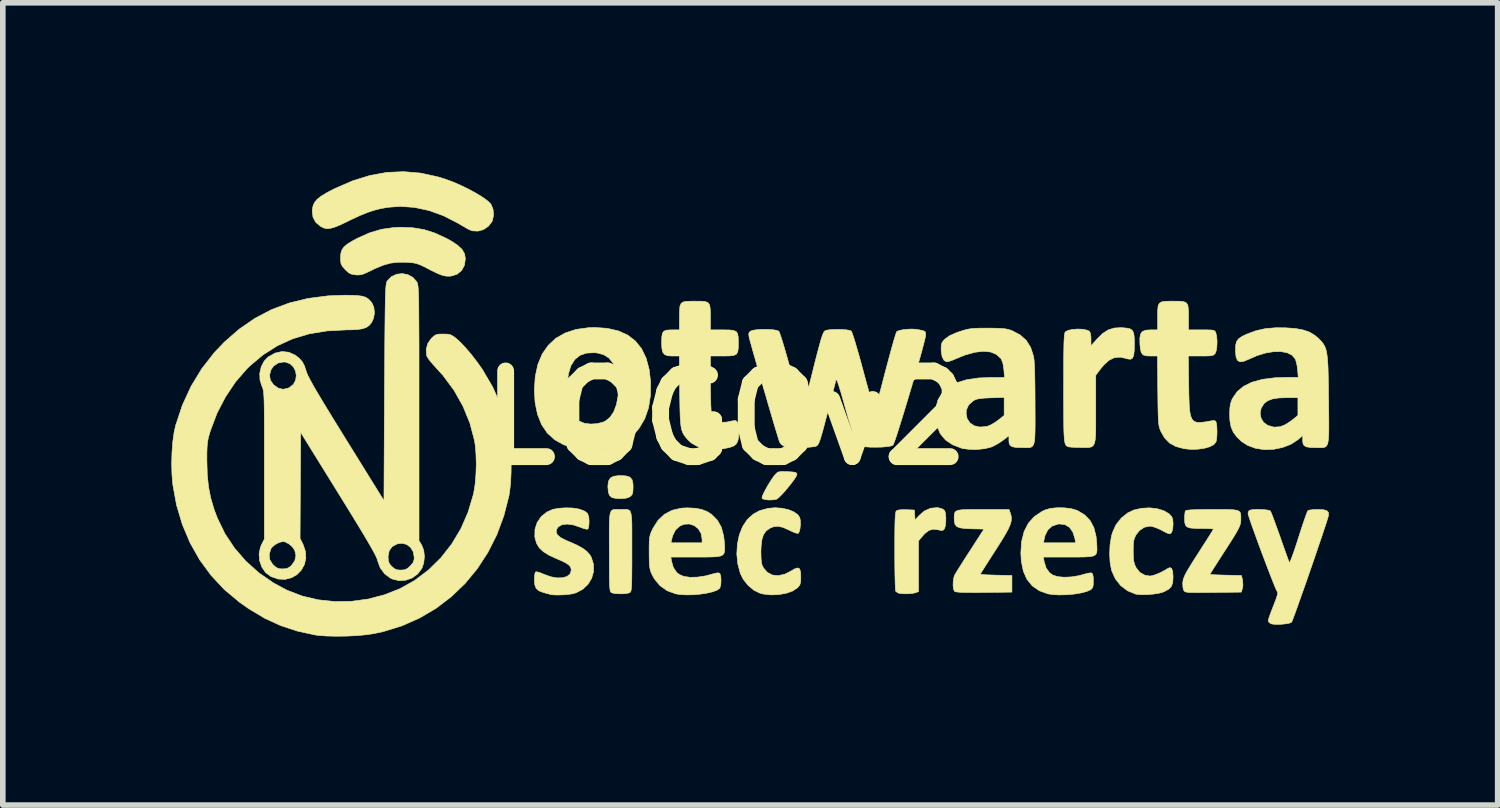
<source format=kicad_pcb>
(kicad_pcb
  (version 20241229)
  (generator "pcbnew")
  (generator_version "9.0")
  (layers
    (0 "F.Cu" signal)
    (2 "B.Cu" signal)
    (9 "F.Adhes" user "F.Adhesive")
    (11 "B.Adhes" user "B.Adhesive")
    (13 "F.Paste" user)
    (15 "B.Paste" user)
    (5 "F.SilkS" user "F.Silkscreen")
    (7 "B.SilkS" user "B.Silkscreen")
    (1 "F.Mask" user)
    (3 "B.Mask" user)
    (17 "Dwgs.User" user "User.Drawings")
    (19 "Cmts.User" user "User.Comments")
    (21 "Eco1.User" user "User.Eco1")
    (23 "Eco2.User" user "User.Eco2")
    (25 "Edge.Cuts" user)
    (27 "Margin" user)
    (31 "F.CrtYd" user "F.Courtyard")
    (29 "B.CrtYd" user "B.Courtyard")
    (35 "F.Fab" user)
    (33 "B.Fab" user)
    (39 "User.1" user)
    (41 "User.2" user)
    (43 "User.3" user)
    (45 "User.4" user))
  (footprint "LOGOv2"
    (layer "F.Cu")
    (at 9.868 4.387)
    (property "Reference" "LOGOv2" (at 0 0 0) (layer "F.SilkS") (effects (font (size 1.524 1.524) (thickness 0.3))))
    (attr through_hole)
    (fp_poly (pts (xy -1.774 1.033) (xy -1.707 1.055) (xy -1.669 1.1) (xy -1.653 1.172) (xy -1.651 1.226) (xy -1.654 1.307) (xy -1.666 1.358) (xy -1.69 1.39) (xy -1.729 1.415) (xy -1.785 1.431) (xy -1.863 1.437) (xy -1.946 1.434) (xy -2.014 1.422) (xy -2.025 1.418) (xy -2.067 1.385) (xy -2.091 1.324) (xy -2.099 1.23) (xy -2.099 1.209) (xy -2.088 1.125) (xy -2.055 1.07) (xy -1.996 1.039) (xy -1.903 1.027) (xy -1.875 1.027) (xy -1.774 1.033)) (stroke (width 0.01) (type solid)) (fill yes) (layer "F.SilkS"))
    (fp_poly (pts (xy 1.059 0.956) (xy 1.095 0.957) (xy 1.18 0.962) (xy 1.231 0.969) (xy 1.257 0.982) (xy 1.266 1.001) (xy 1.256 1.032) (xy 1.223 1.086) (xy 1.173 1.154) (xy 1.113 1.23) (xy 1.05 1.305) (xy 0.99 1.371) (xy 0.938 1.421) (xy 0.903 1.447) (xy 0.9 1.448) (xy 0.833 1.459) (xy 0.761 1.461) (xy 0.696 1.454) (xy 0.652 1.439) (xy 0.643 1.428) (xy 0.648 1.398) (xy 0.672 1.341) (xy 0.71 1.268) (xy 0.756 1.188) (xy 0.805 1.109) (xy 0.852 1.041) (xy 0.884 1.003) (xy 0.911 0.976) (xy 0.942 0.961) (xy 0.987 0.955) (xy 1.059 0.956)) (stroke (width 0.01) (type solid)) (fill yes) (layer "F.SilkS"))
    (fp_poly (pts (xy -1.743 1.633) (xy -1.717 1.646) (xy -1.698 1.672) (xy -1.686 1.715) (xy -1.678 1.779) (xy -1.673 1.868) (xy -1.672 1.986) (xy -1.672 2.137) (xy -1.672 2.326) (xy -1.672 2.372) (xy -1.672 2.565) (xy -1.673 2.721) (xy -1.674 2.842) (xy -1.676 2.934) (xy -1.679 3.001) (xy -1.683 3.048) (xy -1.689 3.078) (xy -1.696 3.096) (xy -1.706 3.106) (xy -1.713 3.111) (xy -1.762 3.124) (xy -1.836 3.131) (xy -1.917 3.13) (xy -1.99 3.124) (xy -2.037 3.11) (xy -2.037 3.11) (xy -2.047 3.101) (xy -2.055 3.086) (xy -2.062 3.059) (xy -2.066 3.017) (xy -2.07 2.954) (xy -2.072 2.868) (xy -2.073 2.753) (xy -2.074 2.606) (xy -2.074 2.421) (xy -2.074 2.372) (xy -2.075 2.174) (xy -2.075 2.015) (xy -2.074 1.89) (xy -2.07 1.795) (xy -2.063 1.726) (xy -2.051 1.679) (xy -2.034 1.65) (xy -2.01 1.635) (xy -1.978 1.629) (xy -1.937 1.629) (xy -1.886 1.63) (xy -1.873 1.63) (xy -1.82 1.629) (xy -1.777 1.628) (xy -1.743 1.633)) (stroke (width 0.01) (type solid)) (fill yes) (layer "F.SilkS"))
    (fp_poly (pts (xy -5.566 -3.383) (xy -5.369 -3.35) (xy -5.178 -3.289) (xy -4.98 -3.198) (xy -4.89 -3.149) (xy -4.773 -3.072) (xy -4.694 -2.997) (xy -4.649 -2.918) (xy -4.636 -2.831) (xy -4.653 -2.715) (xy -4.704 -2.622) (xy -4.783 -2.557) (xy -4.887 -2.524) (xy -4.945 -2.521) (xy -5.001 -2.526) (xy -5.063 -2.543) (xy -5.138 -2.574) (xy -5.238 -2.622) (xy -5.274 -2.641) (xy -5.372 -2.692) (xy -5.446 -2.726) (xy -5.506 -2.747) (xy -5.565 -2.759) (xy -5.635 -2.766) (xy -5.684 -2.769) (xy -5.835 -2.77) (xy -5.969 -2.754) (xy -6.1 -2.717) (xy -6.244 -2.657) (xy -6.297 -2.631) (xy -6.389 -2.587) (xy -6.455 -2.559) (xy -6.508 -2.546) (xy -6.557 -2.543) (xy -6.592 -2.546) (xy -6.661 -2.557) (xy -6.712 -2.582) (xy -6.765 -2.629) (xy -6.777 -2.642) (xy -6.825 -2.698) (xy -6.849 -2.745) (xy -6.857 -2.803) (xy -6.858 -2.841) (xy -6.853 -2.922) (xy -6.835 -2.986) (xy -6.797 -3.042) (xy -6.734 -3.095) (xy -6.642 -3.151) (xy -6.557 -3.197) (xy -6.341 -3.293) (xy -6.13 -3.356) (xy -5.913 -3.387) (xy -5.779 -3.393) (xy -5.566 -3.383)) (stroke (width 0.01) (type solid)) (fill yes) (layer "F.SilkS"))
    (fp_poly (pts (xy 3.779 1.599) (xy 3.852 1.619) (xy 3.894 1.649) (xy 3.895 1.652) (xy 3.909 1.702) (xy 3.915 1.775) (xy 3.914 1.856) (xy 3.905 1.927) (xy 3.89 1.975) (xy 3.888 1.977) (xy 3.865 2) (xy 3.833 2.004) (xy 3.778 1.992) (xy 3.772 1.991) (xy 3.688 1.981) (xy 3.614 2.003) (xy 3.54 2.059) (xy 3.494 2.11) (xy 3.429 2.19) (xy 3.429 3.091) (xy 3.375 3.112) (xy 3.319 3.124) (xy 3.241 3.13) (xy 3.16 3.13) (xy 3.092 3.123) (xy 3.069 3.117) (xy 3.031 3.093) (xy 3.022 3.082) (xy 3.018 3.056) (xy 3.015 2.992) (xy 3.012 2.897) (xy 3.009 2.775) (xy 3.007 2.632) (xy 3.006 2.472) (xy 3.006 2.368) (xy 3.006 2.173) (xy 3.007 2.016) (xy 3.009 1.894) (xy 3.012 1.801) (xy 3.016 1.735) (xy 3.021 1.691) (xy 3.028 1.665) (xy 3.036 1.653) (xy 3.075 1.639) (xy 3.148 1.633) (xy 3.21 1.634) (xy 3.355 1.64) (xy 3.361 1.73) (xy 3.368 1.819) (xy 3.435 1.742) (xy 3.533 1.657) (xy 3.643 1.608) (xy 3.758 1.597) (xy 3.779 1.599)) (stroke (width 0.01) (type solid)) (fill yes) (layer "F.SilkS"))
    (fp_poly (pts (xy -5.429 -4.356) (xy -5.123 -4.289) (xy -5.002 -4.252) (xy -4.868 -4.203) (xy -4.728 -4.143) (xy -4.589 -4.076) (xy -4.459 -4.006) (xy -4.345 -3.937) (xy -4.254 -3.873) (xy -4.193 -3.818) (xy -4.179 -3.8) (xy -4.143 -3.711) (xy -4.134 -3.608) (xy -4.155 -3.511) (xy -4.163 -3.493) (xy -4.227 -3.41) (xy -4.313 -3.352) (xy -4.411 -3.324) (xy -4.511 -3.329) (xy -4.572 -3.352) (xy -4.616 -3.377) (xy -4.682 -3.415) (xy -4.759 -3.46) (xy -4.771 -3.467) (xy -5.024 -3.597) (xy -5.282 -3.69) (xy -5.542 -3.746) (xy -5.798 -3.764) (xy -6.008 -3.748) (xy -6.137 -3.726) (xy -6.257 -3.696) (xy -6.38 -3.655) (xy -6.515 -3.6) (xy -6.672 -3.527) (xy -6.722 -3.502) (xy -6.853 -3.439) (xy -6.955 -3.397) (xy -7.034 -3.374) (xy -7.098 -3.368) (xy -7.154 -3.379) (xy -7.207 -3.405) (xy -7.213 -3.408) (xy -7.299 -3.481) (xy -7.348 -3.572) (xy -7.361 -3.685) (xy -7.36 -3.7) (xy -7.348 -3.77) (xy -7.322 -3.832) (xy -7.275 -3.889) (xy -7.203 -3.946) (xy -7.101 -4.008) (xy -6.964 -4.079) (xy -6.955 -4.083) (xy -6.641 -4.219) (xy -6.335 -4.314) (xy -6.032 -4.369) (xy -5.731 -4.382) (xy -5.429 -4.356)) (stroke (width 0.01) (type solid)) (fill yes) (layer "F.SilkS"))
    (fp_poly (pts (xy 5.059 1.684) (xy 5.076 1.736) (xy 5.082 1.786) (xy 5.078 1.84) (xy 5.059 1.903) (xy 5.026 1.978) (xy 4.975 2.072) (xy 4.904 2.189) (xy 4.812 2.334) (xy 4.766 2.406) (xy 4.695 2.516) (xy 4.632 2.614) (xy 4.582 2.694) (xy 4.546 2.751) (xy 4.53 2.779) (xy 4.53 2.781) (xy 4.55 2.786) (xy 4.604 2.791) (xy 4.685 2.795) (xy 4.785 2.798) (xy 4.81 2.799) (xy 5.091 2.805) (xy 5.091 3.101) (xy 4.592 3.107) (xy 4.421 3.108) (xy 4.288 3.107) (xy 4.189 3.105) (xy 4.122 3.1) (xy 4.083 3.093) (xy 4.069 3.086) (xy 4.051 3.046) (xy 4.044 2.979) (xy 4.047 2.903) (xy 4.06 2.831) (xy 4.074 2.795) (xy 4.094 2.76) (xy 4.134 2.695) (xy 4.189 2.608) (xy 4.255 2.504) (xy 4.329 2.389) (xy 4.35 2.357) (xy 4.594 1.979) (xy 4.366 1.974) (xy 4.246 1.968) (xy 4.163 1.956) (xy 4.109 1.933) (xy 4.079 1.896) (xy 4.066 1.842) (xy 4.064 1.795) (xy 4.064 1.744) (xy 4.068 1.704) (xy 4.081 1.675) (xy 4.108 1.654) (xy 4.153 1.641) (xy 4.222 1.634) (xy 4.32 1.631) (xy 4.451 1.63) (xy 4.573 1.63) (xy 5.039 1.63) (xy 5.059 1.684)) (stroke (width 0.01) (type solid)) (fill yes) (layer "F.SilkS"))
    (fp_poly (pts (xy 1 1.608) (xy 1.114 1.633) (xy 1.211 1.673) (xy 1.282 1.725) (xy 1.315 1.774) (xy 1.326 1.828) (xy 1.327 1.899) (xy 1.32 1.97) (xy 1.306 2.027) (xy 1.288 2.055) (xy 1.259 2.053) (xy 1.204 2.034) (xy 1.135 2.002) (xy 1.127 1.998) (xy 1.019 1.949) (xy 0.929 1.929) (xy 0.847 1.938) (xy 0.785 1.963) (xy 0.717 2.011) (xy 0.67 2.077) (xy 0.641 2.169) (xy 0.627 2.292) (xy 0.624 2.381) (xy 0.626 2.487) (xy 0.632 2.561) (xy 0.643 2.614) (xy 0.663 2.658) (xy 0.667 2.667) (xy 0.737 2.749) (xy 0.826 2.796) (xy 0.93 2.808) (xy 1.045 2.783) (xy 1.146 2.733) (xy 1.225 2.687) (xy 1.279 2.67) (xy 1.312 2.685) (xy 1.328 2.735) (xy 1.333 2.823) (xy 1.333 2.851) (xy 1.33 2.923) (xy 1.317 2.971) (xy 1.288 3.01) (xy 1.271 3.026) (xy 1.186 3.082) (xy 1.071 3.122) (xy 0.939 3.145) (xy 0.801 3.15) (xy 0.667 3.135) (xy 0.607 3.12) (xy 0.499 3.067) (xy 0.397 2.982) (xy 0.312 2.876) (xy 0.258 2.77) (xy 0.213 2.601) (xy 0.195 2.424) (xy 0.205 2.248) (xy 0.24 2.081) (xy 0.3 1.932) (xy 0.382 1.809) (xy 0.398 1.792) (xy 0.495 1.708) (xy 0.602 1.651) (xy 0.735 1.614) (xy 0.758 1.609) (xy 0.879 1.599) (xy 1 1.608)) (stroke (width 0.01) (type solid)) (fill yes) (layer "F.SilkS"))
    (fp_poly (pts (xy -2.112 -1.594) (xy -1.916 -1.549) (xy -1.748 -1.474) (xy -1.61 -1.368) (xy -1.5 -1.231) (xy -1.419 -1.063) (xy -1.365 -0.863) (xy -1.34 -0.646) (xy -1.342 -0.399) (xy -1.376 -0.179) (xy -1.444 0.016) (xy -1.545 0.186) (xy -1.619 0.273) (xy -1.762 0.393) (xy -1.932 0.483) (xy -2.122 0.542) (xy -2.329 0.568) (xy -2.547 0.561) (xy -2.697 0.537) (xy -2.887 0.478) (xy -3.048 0.388) (xy -3.179 0.268) (xy -3.28 0.118) (xy -3.352 -0.062) (xy -3.395 -0.272) (xy -3.408 -0.497) (xy -3.406 -0.519) (xy -2.825 -0.519) (xy -2.817 -0.342) (xy -2.791 -0.199) (xy -2.745 -0.086) (xy -2.679 0.002) (xy -2.61 0.058) (xy -2.52 0.095) (xy -2.409 0.11) (xy -2.291 0.103) (xy -2.179 0.073) (xy -2.143 0.056) (xy -2.061 -0.01) (xy -1.995 -0.109) (xy -1.947 -0.237) (xy -1.919 -0.386) (xy -1.913 -0.55) (xy -1.925 -0.69) (xy -1.958 -0.851) (xy -2.009 -0.975) (xy -2.081 -1.066) (xy -2.175 -1.125) (xy -2.294 -1.156) (xy -2.34 -1.16) (xy -2.481 -1.153) (xy -2.597 -1.113) (xy -2.689 -1.038) (xy -2.757 -0.929) (xy -2.802 -0.785) (xy -2.823 -0.606) (xy -2.825 -0.519) (xy -3.406 -0.519) (xy -3.392 -0.739) (xy -3.345 -0.953) (xy -3.268 -1.137) (xy -3.16 -1.292) (xy -3.024 -1.418) (xy -2.858 -1.512) (xy -2.665 -1.575) (xy -2.444 -1.605) (xy -2.339 -1.609) (xy -2.112 -1.594)) (stroke (width 0.01) (type solid)) (fill yes) (layer "F.SilkS"))
    (fp_poly (pts (xy 7.049 -1.605) (xy 7.139 -1.597) (xy 7.201 -1.582) (xy 7.239 -1.551) (xy 7.26 -1.499) (xy 7.269 -1.418) (xy 7.271 -1.312) (xy 7.268 -1.194) (xy 7.258 -1.112) (xy 7.237 -1.064) (xy 7.205 -1.044) (xy 7.157 -1.048) (xy 7.132 -1.056) (xy 7.018 -1.081) (xy 6.916 -1.072) (xy 6.82 -1.026) (xy 6.726 -0.942) (xy 6.665 -0.867) (xy 6.583 -0.758) (xy 6.583 -0.147) (xy 6.583 0.04) (xy 6.583 0.189) (xy 6.58 0.305) (xy 6.573 0.391) (xy 6.56 0.452) (xy 6.539 0.492) (xy 6.509 0.515) (xy 6.468 0.526) (xy 6.414 0.529) (xy 6.346 0.528) (xy 6.308 0.527) (xy 6.222 0.525) (xy 6.149 0.521) (xy 6.103 0.516) (xy 6.096 0.514) (xy 6.077 0.507) (xy 6.06 0.496) (xy 6.047 0.478) (xy 6.036 0.45) (xy 6.028 0.408) (xy 6.022 0.349) (xy 6.017 0.268) (xy 6.014 0.162) (xy 6.013 0.028) (xy 6.012 -0.138) (xy 6.011 -0.34) (xy 6.011 -0.532) (xy 6.012 -0.764) (xy 6.012 -0.958) (xy 6.013 -1.116) (xy 6.015 -1.243) (xy 6.017 -1.342) (xy 6.021 -1.415) (xy 6.025 -1.468) (xy 6.03 -1.502) (xy 6.037 -1.523) (xy 6.042 -1.531) (xy 6.092 -1.558) (xy 6.17 -1.574) (xy 6.261 -1.581) (xy 6.352 -1.577) (xy 6.429 -1.561) (xy 6.472 -1.54) (xy 6.487 -1.507) (xy 6.497 -1.443) (xy 6.498 -1.401) (xy 6.498 -1.283) (xy 6.604 -1.401) (xy 6.706 -1.502) (xy 6.805 -1.566) (xy 6.911 -1.599) (xy 7.034 -1.606) (xy 7.049 -1.605)) (stroke (width 0.01) (type solid)) (fill yes) (layer "F.SilkS"))
    (fp_poly (pts (xy 7.674 1.616) (xy 7.794 1.652) (xy 7.887 1.707) (xy 7.896 1.715) (xy 7.934 1.757) (xy 7.952 1.8) (xy 7.958 1.862) (xy 7.959 1.888) (xy 7.954 1.96) (xy 7.941 2.019) (xy 7.931 2.041) (xy 7.914 2.058) (xy 7.893 2.063) (xy 7.858 2.052) (xy 7.8 2.024) (xy 7.76 2.002) (xy 7.681 1.965) (xy 7.608 1.938) (xy 7.556 1.926) (xy 7.553 1.926) (xy 7.45 1.946) (xy 7.361 2.004) (xy 7.301 2.08) (xy 7.276 2.129) (xy 7.261 2.178) (xy 7.253 2.24) (xy 7.25 2.327) (xy 7.25 2.371) (xy 7.252 2.474) (xy 7.259 2.548) (xy 7.273 2.604) (xy 7.296 2.657) (xy 7.299 2.663) (xy 7.366 2.749) (xy 7.457 2.8) (xy 7.551 2.815) (xy 7.603 2.805) (xy 7.677 2.778) (xy 7.758 2.742) (xy 7.83 2.702) (xy 7.855 2.685) (xy 7.901 2.664) (xy 7.934 2.68) (xy 7.952 2.734) (xy 7.959 2.828) (xy 7.959 2.832) (xy 7.953 2.929) (xy 7.931 2.996) (xy 7.885 3.046) (xy 7.807 3.089) (xy 7.779 3.101) (xy 7.707 3.121) (xy 7.608 3.136) (xy 7.499 3.145) (xy 7.394 3.146) (xy 7.31 3.139) (xy 7.29 3.135) (xy 7.149 3.077) (xy 7.027 2.985) (xy 6.932 2.864) (xy 6.867 2.72) (xy 6.865 2.713) (xy 6.839 2.58) (xy 6.83 2.425) (xy 6.837 2.263) (xy 6.861 2.112) (xy 6.879 2.045) (xy 6.943 1.903) (xy 7.038 1.782) (xy 7.155 1.689) (xy 7.261 1.64) (xy 7.397 1.609) (xy 7.538 1.601) (xy 7.674 1.616)) (stroke (width 0.01) (type solid)) (fill yes) (layer "F.SilkS"))
    (fp_poly (pts (xy 6.025 1.601) (xy 6.147 1.616) (xy 6.247 1.645) (xy 6.255 1.648) (xy 6.384 1.725) (xy 6.482 1.826) (xy 6.55 1.953) (xy 6.589 2.11) (xy 6.599 2.214) (xy 6.604 2.296) (xy 6.605 2.359) (xy 6.597 2.406) (xy 6.576 2.438) (xy 6.536 2.459) (xy 6.473 2.47) (xy 6.382 2.475) (xy 6.258 2.477) (xy 6.105 2.477) (xy 5.65 2.477) (xy 5.664 2.556) (xy 5.7 2.673) (xy 5.764 2.759) (xy 5.822 2.799) (xy 5.908 2.826) (xy 6.021 2.836) (xy 6.149 2.83) (xy 6.278 2.809) (xy 6.339 2.793) (xy 6.414 2.772) (xy 6.476 2.76) (xy 6.51 2.76) (xy 6.511 2.76) (xy 6.529 2.784) (xy 6.539 2.841) (xy 6.54 2.899) (xy 6.538 2.973) (xy 6.529 3.017) (xy 6.508 3.045) (xy 6.491 3.059) (xy 6.418 3.091) (xy 6.314 3.117) (xy 6.19 3.137) (xy 6.057 3.148) (xy 5.924 3.151) (xy 5.804 3.143) (xy 5.73 3.131) (xy 5.578 3.076) (xy 5.454 2.99) (xy 5.359 2.874) (xy 5.294 2.727) (xy 5.258 2.55) (xy 5.25 2.402) (xy 5.262 2.223) (xy 5.653 2.223) (xy 6.225 2.223) (xy 6.211 2.143) (xy 6.174 2.029) (xy 6.114 1.947) (xy 6.034 1.899) (xy 5.935 1.888) (xy 5.91 1.891) (xy 5.807 1.925) (xy 5.732 1.991) (xy 5.682 2.089) (xy 5.666 2.154) (xy 5.653 2.223) (xy 5.262 2.223) (xy 5.264 2.198) (xy 5.308 2.023) (xy 5.382 1.877) (xy 5.487 1.759) (xy 5.624 1.666) (xy 5.683 1.638) (xy 5.778 1.611) (xy 5.897 1.599) (xy 6.025 1.601)) (stroke (width 0.01) (type solid)) (fill yes) (layer "F.SilkS"))
    (fp_poly (pts (xy 8.817 1.63) (xy 8.939 1.631) (xy 9.028 1.635) (xy 9.091 1.644) (xy 9.13 1.659) (xy 9.153 1.682) (xy 9.163 1.714) (xy 9.165 1.757) (xy 9.165 1.796) (xy 9.164 1.838) (xy 9.159 1.876) (xy 9.147 1.917) (xy 9.126 1.965) (xy 9.093 2.027) (xy 9.046 2.106) (xy 8.981 2.209) (xy 8.897 2.341) (xy 8.869 2.383) (xy 8.796 2.497) (xy 8.73 2.6) (xy 8.676 2.684) (xy 8.638 2.746) (xy 8.617 2.78) (xy 8.615 2.785) (xy 8.635 2.788) (xy 8.689 2.792) (xy 8.77 2.795) (xy 8.87 2.798) (xy 8.895 2.799) (xy 9.176 2.805) (xy 9.195 2.883) (xy 9.203 2.976) (xy 9.194 3.031) (xy 9.174 3.101) (xy 8.673 3.107) (xy 8.515 3.108) (xy 8.394 3.109) (xy 8.305 3.108) (xy 8.242 3.106) (xy 8.2 3.102) (xy 8.175 3.095) (xy 8.16 3.085) (xy 8.15 3.071) (xy 8.148 3.066) (xy 8.135 3.018) (xy 8.131 2.948) (xy 8.133 2.919) (xy 8.139 2.881) (xy 8.153 2.839) (xy 8.176 2.787) (xy 8.212 2.721) (xy 8.264 2.634) (xy 8.334 2.522) (xy 8.411 2.403) (xy 8.486 2.285) (xy 8.554 2.179) (xy 8.61 2.091) (xy 8.651 2.025) (xy 8.674 1.986) (xy 8.678 1.978) (xy 8.659 1.974) (xy 8.605 1.971) (xy 8.528 1.969) (xy 8.46 1.968) (xy 8.343 1.967) (xy 8.261 1.959) (xy 8.209 1.941) (xy 8.18 1.91) (xy 8.167 1.862) (xy 8.164 1.795) (xy 8.167 1.725) (xy 8.173 1.672) (xy 8.179 1.654) (xy 8.202 1.645) (xy 8.258 1.638) (xy 8.351 1.634) (xy 8.481 1.631) (xy 8.652 1.63) (xy 8.658 1.63) (xy 8.817 1.63)) (stroke (width 0.01) (type solid)) (fill yes) (layer "F.SilkS"))
    (fp_poly (pts (xy -2.731 1.604) (xy -2.625 1.62) (xy -2.593 1.629) (xy -2.511 1.661) (xy -2.463 1.7) (xy -2.44 1.757) (xy -2.434 1.842) (xy -2.434 1.844) (xy -2.438 1.912) (xy -2.447 1.962) (xy -2.457 1.98) (xy -2.487 1.98) (xy -2.542 1.965) (xy -2.583 1.949) (xy -2.71 1.906) (xy -2.821 1.89) (xy -2.913 1.9) (xy -2.98 1.937) (xy -3.009 1.978) (xy -3.02 2.032) (xy -2.999 2.081) (xy -2.944 2.128) (xy -2.851 2.177) (xy -2.797 2.2) (xy -2.655 2.262) (xy -2.549 2.32) (xy -2.472 2.378) (xy -2.418 2.44) (xy -2.395 2.481) (xy -2.355 2.607) (xy -2.354 2.733) (xy -2.388 2.854) (xy -2.453 2.961) (xy -2.546 3.049) (xy -2.664 3.112) (xy -2.731 3.131) (xy -2.801 3.141) (xy -2.888 3.149) (xy -2.978 3.152) (xy -3.057 3.151) (xy -3.112 3.145) (xy -3.122 3.143) (xy -3.154 3.133) (xy -3.21 3.118) (xy -3.234 3.112) (xy -3.321 3.081) (xy -3.375 3.036) (xy -3.401 2.969) (xy -3.408 2.88) (xy -3.404 2.81) (xy -3.395 2.759) (xy -3.385 2.74) (xy -3.356 2.741) (xy -3.3 2.758) (xy -3.232 2.786) (xy -3.114 2.828) (xy -3.003 2.848) (xy -2.905 2.845) (xy -2.826 2.822) (xy -2.773 2.779) (xy -2.752 2.716) (xy -2.752 2.709) (xy -2.759 2.665) (xy -2.785 2.627) (xy -2.835 2.589) (xy -2.915 2.548) (xy -3.005 2.509) (xy -3.145 2.445) (xy -3.248 2.381) (xy -3.321 2.313) (xy -3.368 2.235) (xy -3.395 2.142) (xy -3.4 2.112) (xy -3.397 1.982) (xy -3.358 1.861) (xy -3.285 1.756) (xy -3.185 1.675) (xy -3.078 1.628) (xy -2.975 1.609) (xy -2.853 1.601) (xy -2.731 1.604)) (stroke (width 0.01) (type solid)) (fill yes) (layer "F.SilkS"))
    (fp_poly (pts (xy -0.541 1.608) (xy -0.424 1.631) (xy -0.324 1.672) (xy -0.25 1.721) (xy -0.151 1.821) (xy -0.081 1.946) (xy -0.039 2.1) (xy -0.026 2.217) (xy -0.022 2.297) (xy -0.021 2.359) (xy -0.03 2.405) (xy -0.052 2.437) (xy -0.092 2.458) (xy -0.156 2.47) (xy -0.248 2.475) (xy -0.372 2.477) (xy -0.533 2.477) (xy -0.979 2.477) (xy -0.967 2.55) (xy -0.934 2.664) (xy -0.876 2.749) (xy -0.828 2.788) (xy -0.746 2.822) (xy -0.636 2.837) (xy -0.506 2.834) (xy -0.366 2.813) (xy -0.279 2.79) (xy -0.198 2.768) (xy -0.148 2.758) (xy -0.12 2.761) (xy -0.104 2.775) (xy -0.09 2.822) (xy -0.086 2.891) (xy -0.09 2.964) (xy -0.104 3.02) (xy -0.111 3.033) (xy -0.156 3.066) (xy -0.235 3.095) (xy -0.338 3.119) (xy -0.457 3.137) (xy -0.583 3.148) (xy -0.706 3.15) (xy -0.819 3.143) (xy -0.895 3.131) (xy -1.046 3.075) (xy -1.174 2.984) (xy -1.275 2.861) (xy -1.317 2.783) (xy -1.337 2.735) (xy -1.35 2.687) (xy -1.359 2.63) (xy -1.363 2.555) (xy -1.365 2.45) (xy -1.365 2.391) (xy -1.365 2.275) (xy -1.363 2.223) (xy -0.977 2.223) (xy -0.423 2.223) (xy -0.423 2.157) (xy -0.441 2.056) (xy -0.49 1.974) (xy -0.562 1.917) (xy -0.648 1.888) (xy -0.742 1.893) (xy -0.819 1.925) (xy -0.896 1.995) (xy -0.947 2.097) (xy -0.962 2.154) (xy -0.977 2.223) (xy -1.363 2.223) (xy -1.363 2.192) (xy -1.357 2.13) (xy -1.346 2.081) (xy -1.329 2.033) (xy -1.303 1.978) (xy -1.296 1.964) (xy -1.206 1.822) (xy -1.093 1.716) (xy -0.956 1.644) (xy -0.795 1.607) (xy -0.688 1.601) (xy -0.541 1.608)) (stroke (width 0.01) (type solid)) (fill yes) (layer "F.SilkS"))
    (fp_poly (pts (xy 8.07 -2.076) (xy 8.147 -2.069) (xy 8.194 -2.048) (xy 8.221 -2.007) (xy 8.231 -1.939) (xy 8.234 -1.837) (xy 8.234 -1.798) (xy 8.234 -1.566) (xy 8.467 -1.566) (xy 8.569 -1.566) (xy 8.637 -1.564) (xy 8.678 -1.558) (xy 8.701 -1.547) (xy 8.714 -1.529) (xy 8.721 -1.512) (xy 8.736 -1.445) (xy 8.742 -1.36) (xy 8.739 -1.272) (xy 8.727 -1.195) (xy 8.709 -1.148) (xy 8.691 -1.127) (xy 8.667 -1.113) (xy 8.628 -1.105) (xy 8.566 -1.102) (xy 8.471 -1.101) (xy 8.453 -1.101) (xy 8.231 -1.101) (xy 8.237 -0.587) (xy 8.241 -0.395) (xy 8.246 -0.241) (xy 8.255 -0.122) (xy 8.272 -0.034) (xy 8.298 0.026) (xy 8.335 0.063) (xy 8.387 0.08) (xy 8.455 0.081) (xy 8.542 0.07) (xy 8.649 0.051) (xy 8.697 0.047) (xy 8.72 0.064) (xy 8.728 0.088) (xy 8.738 0.152) (xy 8.741 0.237) (xy 8.739 0.324) (xy 8.73 0.398) (xy 8.722 0.43) (xy 8.684 0.475) (xy 8.613 0.513) (xy 8.516 0.541) (xy 8.403 0.557) (xy 8.281 0.561) (xy 8.16 0.549) (xy 8.154 0.548) (xy 8.01 0.51) (xy 7.897 0.448) (xy 7.808 0.357) (xy 7.743 0.243) (xy 7.729 0.211) (xy 7.718 0.179) (xy 7.709 0.141) (xy 7.702 0.093) (xy 7.698 0.029) (xy 7.694 -0.056) (xy 7.691 -0.168) (xy 7.689 -0.312) (xy 7.687 -0.482) (xy 7.681 -1.101) (xy 7.558 -1.101) (xy 7.477 -1.105) (xy 7.424 -1.123) (xy 7.393 -1.163) (xy 7.377 -1.231) (xy 7.369 -1.315) (xy 7.368 -1.422) (xy 7.382 -1.495) (xy 7.416 -1.539) (xy 7.475 -1.561) (xy 7.557 -1.566) (xy 7.684 -1.566) (xy 7.684 -1.798) (xy 7.685 -1.911) (xy 7.692 -1.989) (xy 7.713 -2.037) (xy 7.753 -2.064) (xy 7.82 -2.075) (xy 7.92 -2.077) (xy 7.959 -2.077) (xy 8.07 -2.076)) (stroke (width 0.01) (type solid)) (fill yes) (layer "F.SilkS"))
    (fp_poly (pts (xy -0.439 -2.076) (xy -0.362 -2.069) (xy -0.315 -2.048) (xy -0.288 -2.007) (xy -0.278 -1.939) (xy -0.275 -1.837) (xy -0.275 -1.798) (xy -0.275 -1.566) (xy -0.056 -1.566) (xy 0.057 -1.565) (xy 0.134 -1.557) (xy 0.183 -1.537) (xy 0.209 -1.499) (xy 0.22 -1.438) (xy 0.222 -1.347) (xy 0.222 -1.333) (xy 0.221 -1.239) (xy 0.211 -1.174) (xy 0.187 -1.134) (xy 0.142 -1.112) (xy 0.069 -1.103) (xy -0.039 -1.101) (xy -0.056 -1.101) (xy -0.275 -1.101) (xy -0.275 -0.619) (xy -0.274 -0.472) (xy -0.271 -0.336) (xy -0.267 -0.219) (xy -0.262 -0.128) (xy -0.255 -0.07) (xy -0.253 -0.058) (xy -0.221 0.014) (xy -0.168 0.059) (xy -0.092 0.079) (xy 0.013 0.075) (xy 0.132 0.051) (xy 0.176 0.048) (xy 0.202 0.072) (xy 0.211 0.094) (xy 0.228 0.17) (xy 0.232 0.266) (xy 0.224 0.361) (xy 0.21 0.418) (xy 0.185 0.464) (xy 0.143 0.498) (xy 0.074 0.524) (xy -0.027 0.546) (xy -0.053 0.551) (xy -0.127 0.562) (xy -0.18 0.567) (xy -0.229 0.566) (xy -0.293 0.559) (xy -0.351 0.55) (xy -0.497 0.513) (xy -0.615 0.447) (xy -0.68 0.385) (xy -0.716 0.343) (xy -0.746 0.303) (xy -0.768 0.262) (xy -0.786 0.213) (xy -0.798 0.152) (xy -0.807 0.074) (xy -0.813 -0.027) (xy -0.817 -0.156) (xy -0.82 -0.319) (xy -0.822 -0.471) (xy -0.828 -1.101) (xy -0.953 -1.101) (xy -1.036 -1.106) (xy -1.091 -1.128) (xy -1.124 -1.171) (xy -1.139 -1.244) (xy -1.143 -1.34) (xy -1.14 -1.44) (xy -1.129 -1.506) (xy -1.102 -1.543) (xy -1.055 -1.561) (xy -0.981 -1.566) (xy -0.962 -1.566) (xy -0.826 -1.566) (xy -0.826 -1.798) (xy -0.824 -1.911) (xy -0.817 -1.989) (xy -0.796 -2.037) (xy -0.756 -2.064) (xy -0.689 -2.075) (xy -0.589 -2.077) (xy -0.55 -2.077) (xy -0.439 -2.076)) (stroke (width 0.01) (type solid)) (fill yes) (layer "F.SilkS"))
    (fp_poly (pts (xy 9.522 1.63) (xy 9.598 1.635) (xy 9.658 1.644) (xy 9.69 1.656) (xy 9.69 1.656) (xy 9.703 1.683) (xy 9.728 1.744) (xy 9.761 1.833) (xy 9.801 1.943) (xy 9.846 2.067) (xy 9.863 2.115) (xy 9.908 2.244) (xy 9.949 2.359) (xy 9.984 2.456) (xy 10.01 2.528) (xy 10.026 2.568) (xy 10.029 2.574) (xy 10.039 2.562) (xy 10.06 2.516) (xy 10.089 2.438) (xy 10.125 2.336) (xy 10.165 2.214) (xy 10.189 2.138) (xy 10.232 2.004) (xy 10.272 1.883) (xy 10.307 1.782) (xy 10.334 1.706) (xy 10.353 1.661) (xy 10.358 1.652) (xy 10.389 1.641) (xy 10.449 1.633) (xy 10.527 1.63) (xy 10.532 1.63) (xy 10.631 1.634) (xy 10.693 1.65) (xy 10.723 1.681) (xy 10.726 1.728) (xy 10.722 1.75) (xy 10.708 1.798) (xy 10.683 1.878) (xy 10.647 1.985) (xy 10.604 2.115) (xy 10.554 2.261) (xy 10.5 2.421) (xy 10.443 2.588) (xy 10.384 2.758) (xy 10.326 2.926) (xy 10.269 3.087) (xy 10.216 3.236) (xy 10.169 3.369) (xy 10.129 3.48) (xy 10.097 3.565) (xy 10.076 3.619) (xy 10.068 3.636) (xy 10.031 3.653) (xy 9.966 3.665) (xy 9.885 3.673) (xy 9.804 3.676) (xy 9.736 3.671) (xy 9.7 3.663) (xy 9.663 3.635) (xy 9.652 3.609) (xy 9.66 3.578) (xy 9.68 3.516) (xy 9.711 3.433) (xy 9.745 3.346) (xy 9.785 3.243) (xy 9.809 3.173) (xy 9.82 3.127) (xy 9.818 3.099) (xy 9.81 3.087) (xy 9.796 3.06) (xy 9.77 2.999) (xy 9.734 2.91) (xy 9.69 2.798) (xy 9.64 2.669) (xy 9.587 2.528) (xy 9.532 2.383) (xy 9.478 2.238) (xy 9.428 2.099) (xy 9.382 1.972) (xy 9.343 1.862) (xy 9.314 1.776) (xy 9.297 1.718) (xy 9.292 1.698) (xy 9.307 1.657) (xy 9.326 1.643) (xy 9.373 1.633) (xy 9.443 1.629) (xy 9.522 1.63)) (stroke (width 0.01) (type solid)) (fill yes) (layer "F.SilkS"))
    (fp_poly (pts (xy 9.959 -1.603) (xy 10.132 -1.591) (xy 10.271 -1.566) (xy 10.385 -1.527) (xy 10.48 -1.471) (xy 10.552 -1.409) (xy 10.592 -1.368) (xy 10.625 -1.329) (xy 10.651 -1.287) (xy 10.673 -1.239) (xy 10.689 -1.18) (xy 10.701 -1.105) (xy 10.71 -1.011) (xy 10.717 -0.892) (xy 10.721 -0.744) (xy 10.724 -0.564) (xy 10.726 -0.346) (xy 10.727 -0.318) (xy 10.729 -0.106) (xy 10.731 0.068) (xy 10.731 0.207) (xy 10.728 0.315) (xy 10.722 0.396) (xy 10.712 0.454) (xy 10.695 0.492) (xy 10.673 0.515) (xy 10.642 0.527) (xy 10.603 0.53) (xy 10.554 0.53) (xy 10.504 0.529) (xy 10.399 0.526) (xy 10.33 0.515) (xy 10.289 0.491) (xy 10.27 0.451) (xy 10.266 0.4) (xy 10.266 0.314) (xy 10.178 0.39) (xy 10.055 0.47) (xy 9.907 0.527) (xy 9.745 0.56) (xy 9.581 0.565) (xy 9.426 0.541) (xy 9.421 0.539) (xy 9.287 0.49) (xy 9.179 0.421) (xy 9.096 0.341) (xy 9.031 0.255) (xy 8.991 0.16) (xy 8.97 0.046) (xy 8.966 -0.074) (xy 8.966 -0.085) (xy 9.509 -0.085) (xy 9.524 0.002) (xy 9.568 0.078) (xy 9.641 0.132) (xy 9.648 0.135) (xy 9.756 0.165) (xy 9.858 0.158) (xy 9.921 0.137) (xy 9.983 0.104) (xy 10.055 0.057) (xy 10.09 0.03) (xy 10.181 -0.045) (xy 10.181 -0.36) (xy 9.988 -0.36) (xy 9.844 -0.355) (xy 9.735 -0.339) (xy 9.652 -0.309) (xy 9.589 -0.265) (xy 9.578 -0.254) (xy 9.527 -0.174) (xy 9.509 -0.085) (xy 8.966 -0.085) (xy 8.97 -0.179) (xy 8.983 -0.258) (xy 9.008 -0.329) (xy 9.016 -0.345) (xy 9.097 -0.464) (xy 9.212 -0.561) (xy 9.363 -0.635) (xy 9.549 -0.686) (xy 9.77 -0.714) (xy 9.953 -0.72) (xy 10.187 -0.72) (xy 10.176 -0.853) (xy 10.165 -0.936) (xy 10.147 -1.011) (xy 10.132 -1.051) (xy 10.075 -1.117) (xy 9.988 -1.16) (xy 9.877 -1.18) (xy 9.746 -1.178) (xy 9.602 -1.154) (xy 9.449 -1.107) (xy 9.309 -1.045) (xy 9.216 -1.006) (xy 9.149 -0.998) (xy 9.105 -1.023) (xy 9.08 -1.084) (xy 9.07 -1.182) (xy 9.07 -1.207) (xy 9.074 -1.298) (xy 9.091 -1.362) (xy 9.128 -1.41) (xy 9.192 -1.453) (xy 9.272 -1.491) (xy 9.431 -1.55) (xy 9.598 -1.588) (xy 9.784 -1.604) (xy 9.959 -1.603)) (stroke (width 0.01) (type solid)) (fill yes) (layer "F.SilkS"))
    (fp_poly (pts (xy 4.667 -1.597) (xy 4.797 -1.596) (xy 4.894 -1.592) (xy 4.967 -1.586) (xy 5.023 -1.575) (xy 5.073 -1.56) (xy 5.093 -1.552) (xy 5.237 -1.477) (xy 5.346 -1.379) (xy 5.425 -1.254) (xy 5.475 -1.099) (xy 5.48 -1.07) (xy 5.487 -1.014) (xy 5.492 -0.92) (xy 5.497 -0.793) (xy 5.5 -0.638) (xy 5.502 -0.46) (xy 5.503 -0.264) (xy 5.503 -0.23) (xy 5.504 -0.03) (xy 5.504 0.131) (xy 5.502 0.259) (xy 5.498 0.356) (xy 5.49 0.427) (xy 5.476 0.475) (xy 5.456 0.506) (xy 5.429 0.523) (xy 5.392 0.53) (xy 5.345 0.53) (xy 5.287 0.529) (xy 5.271 0.529) (xy 5.167 0.526) (xy 5.099 0.514) (xy 5.059 0.489) (xy 5.041 0.447) (xy 5.038 0.402) (xy 5.038 0.318) (xy 4.927 0.402) (xy 4.851 0.453) (xy 4.77 0.498) (xy 4.72 0.52) (xy 4.606 0.548) (xy 4.473 0.562) (xy 4.338 0.561) (xy 4.219 0.546) (xy 4.196 0.54) (xy 4.035 0.478) (xy 3.909 0.393) (xy 3.817 0.283) (xy 3.758 0.148) (xy 3.732 0.002) (xy 3.733 -0.083) (xy 4.276 -0.083) (xy 4.294 0.015) (xy 4.345 0.09) (xy 4.422 0.141) (xy 4.521 0.163) (xy 4.635 0.154) (xy 4.661 0.147) (xy 4.721 0.122) (xy 4.793 0.079) (xy 4.846 0.041) (xy 4.953 -0.043) (xy 4.953 -0.364) (xy 4.715 -0.357) (xy 4.604 -0.352) (xy 4.526 -0.345) (xy 4.47 -0.334) (xy 4.427 -0.317) (xy 4.401 -0.302) (xy 4.323 -0.233) (xy 4.282 -0.145) (xy 4.276 -0.083) (xy 3.733 -0.083) (xy 3.735 -0.168) (xy 3.773 -0.316) (xy 3.847 -0.441) (xy 3.956 -0.543) (xy 4.1 -0.622) (xy 4.28 -0.678) (xy 4.493 -0.71) (xy 4.707 -0.719) (xy 4.959 -0.72) (xy 4.948 -0.86) (xy 4.931 -0.969) (xy 4.903 -1.045) (xy 4.896 -1.056) (xy 4.816 -1.129) (xy 4.71 -1.173) (xy 4.58 -1.185) (xy 4.428 -1.167) (xy 4.257 -1.119) (xy 4.11 -1.059) (xy 4.034 -1.027) (xy 3.969 -1.005) (xy 3.927 -0.998) (xy 3.924 -0.998) (xy 3.879 -1.028) (xy 3.848 -1.092) (xy 3.833 -1.187) (xy 3.831 -1.225) (xy 3.834 -1.296) (xy 3.848 -1.343) (xy 3.881 -1.385) (xy 3.904 -1.407) (xy 3.982 -1.462) (xy 4.1 -1.515) (xy 4.163 -1.537) (xy 4.239 -1.561) (xy 4.304 -1.578) (xy 4.368 -1.588) (xy 4.441 -1.594) (xy 4.535 -1.597) (xy 4.66 -1.597) (xy 4.667 -1.597)) (stroke (width 0.01) (type solid)) (fill yes) (layer "F.SilkS"))
    (fp_poly (pts (xy -6.656 -2.182) (xy -6.548 -2.176) (xy -6.468 -2.165) (xy -6.409 -2.146) (xy -6.362 -2.116) (xy -6.322 -2.075) (xy -6.3 -2.047) (xy -6.265 -1.969) (xy -6.254 -1.872) (xy -6.269 -1.775) (xy -6.306 -1.695) (xy -6.348 -1.646) (xy -6.399 -1.61) (xy -6.464 -1.587) (xy -6.552 -1.573) (xy -6.671 -1.567) (xy -6.757 -1.566) (xy -7.097 -1.548) (xy -7.414 -1.496) (xy -7.708 -1.408) (xy -7.981 -1.284) (xy -8.234 -1.124) (xy -8.468 -0.928) (xy -8.52 -0.878) (xy -8.726 -0.641) (xy -8.905 -0.374) (xy -9.055 -0.085) (xy -9.171 0.22) (xy -9.178 0.243) (xy -9.201 0.32) (xy -9.217 0.387) (xy -9.227 0.454) (xy -9.233 0.531) (xy -9.236 0.628) (xy -9.236 0.757) (xy -9.236 0.773) (xy -9.229 1.014) (xy -9.207 1.227) (xy -9.168 1.427) (xy -9.109 1.626) (xy -9.05 1.782) (xy -8.916 2.059) (xy -8.745 2.317) (xy -8.542 2.551) (xy -8.308 2.76) (xy -8.047 2.94) (xy -7.808 3.068) (xy -7.538 3.171) (xy -7.253 3.238) (xy -6.958 3.269) (xy -6.66 3.264) (xy -6.364 3.224) (xy -6.075 3.148) (xy -5.798 3.039) (xy -5.541 2.895) (xy -5.293 2.708) (xy -5.071 2.49) (xy -4.878 2.244) (xy -4.716 1.973) (xy -4.588 1.68) (xy -4.495 1.369) (xy -4.485 1.323) (xy -4.462 1.178) (xy -4.448 1.008) (xy -4.442 0.826) (xy -4.447 0.648) (xy -4.46 0.487) (xy -4.474 0.4) (xy -4.556 0.091) (xy -4.678 -0.207) (xy -4.838 -0.491) (xy -5.035 -0.757) (xy -5.166 -0.901) (xy -5.23 -0.972) (xy -5.283 -1.038) (xy -5.317 -1.09) (xy -5.325 -1.109) (xy -5.333 -1.223) (xy -5.301 -1.331) (xy -5.24 -1.416) (xy -5.194 -1.458) (xy -5.155 -1.481) (xy -5.104 -1.491) (xy -5.031 -1.492) (xy -4.953 -1.49) (xy -4.898 -1.478) (xy -4.848 -1.451) (xy -4.807 -1.42) (xy -4.724 -1.345) (xy -4.628 -1.243) (xy -4.525 -1.122) (xy -4.424 -0.99) (xy -4.333 -0.862) (xy -4.149 -0.548) (xy -4.004 -0.221) (xy -3.897 0.124) (xy -3.87 0.239) (xy -3.846 0.391) (xy -3.829 0.572) (xy -3.821 0.767) (xy -3.822 0.966) (xy -3.831 1.154) (xy -3.849 1.32) (xy -3.86 1.386) (xy -3.951 1.742) (xy -4.076 2.079) (xy -4.234 2.393) (xy -4.423 2.683) (xy -4.641 2.947) (xy -4.886 3.182) (xy -5.156 3.388) (xy -5.449 3.561) (xy -5.763 3.7) (xy -6.096 3.803) (xy -6.277 3.842) (xy -6.417 3.861) (xy -6.582 3.876) (xy -6.76 3.884) (xy -6.939 3.886) (xy -7.107 3.882) (xy -7.251 3.871) (xy -7.311 3.863) (xy -7.625 3.795) (xy -7.922 3.697) (xy -8.208 3.566) (xy -8.49 3.397) (xy -8.659 3.278) (xy -8.925 3.055) (xy -9.161 2.803) (xy -9.365 2.525) (xy -9.536 2.222) (xy -9.673 1.897) (xy -9.776 1.552) (xy -9.842 1.189) (xy -9.843 1.179) (xy -9.858 1.003) (xy -9.863 0.811) (xy -9.857 0.614) (xy -9.843 0.425) (xy -9.819 0.255) (xy -9.792 0.134) (xy -9.672 -0.227) (xy -9.517 -0.563) (xy -9.328 -0.874) (xy -9.105 -1.16) (xy -8.926 -1.348) (xy -8.661 -1.579) (xy -8.381 -1.772) (xy -8.085 -1.927) (xy -7.77 -2.045) (xy -7.436 -2.126) (xy -7.08 -2.172) (xy -6.799 -2.183) (xy -6.656 -2.182)) (stroke (width 0.01) (type solid)) (fill yes) (layer "F.SilkS"))
    (fp_poly (pts (xy 3.38 -1.577) (xy 3.387 -1.576) (xy 3.47 -1.561) (xy 3.52 -1.549) (xy 3.546 -1.534) (xy 3.555 -1.51) (xy 3.556 -1.474) (xy 3.556 -1.473) (xy 3.55 -1.436) (xy 3.533 -1.364) (xy 3.507 -1.263) (xy 3.473 -1.137) (xy 3.432 -0.992) (xy 3.386 -0.832) (xy 3.337 -0.662) (xy 3.285 -0.487) (xy 3.233 -0.313) (xy 3.182 -0.144) (xy 3.133 0.015) (xy 3.088 0.158) (xy 3.049 0.282) (xy 3.016 0.381) (xy 2.991 0.449) (xy 2.976 0.483) (xy 2.975 0.484) (xy 2.937 0.501) (xy 2.867 0.512) (xy 2.775 0.52) (xy 2.672 0.522) (xy 2.567 0.521) (xy 2.471 0.514) (xy 2.393 0.504) (xy 2.344 0.489) (xy 2.337 0.483) (xy 2.322 0.454) (xy 2.298 0.389) (xy 2.266 0.294) (xy 2.228 0.173) (xy 2.186 0.033) (xy 2.142 -0.122) (xy 2.136 -0.141) (xy 2.088 -0.314) (xy 2.049 -0.449) (xy 2.018 -0.549) (xy 1.995 -0.619) (xy 1.979 -0.661) (xy 1.967 -0.678) (xy 1.959 -0.674) (xy 1.957 -0.667) (xy 1.948 -0.629) (xy 1.93 -0.558) (xy 1.904 -0.457) (xy 1.872 -0.334) (xy 1.836 -0.195) (xy 1.802 -0.064) (xy 1.759 0.1) (xy 1.725 0.228) (xy 1.697 0.325) (xy 1.675 0.394) (xy 1.657 0.442) (xy 1.64 0.473) (xy 1.624 0.492) (xy 1.609 0.502) (xy 1.563 0.513) (xy 1.487 0.522) (xy 1.391 0.526) (xy 1.287 0.527) (xy 1.187 0.524) (xy 1.101 0.518) (xy 1.042 0.508) (xy 1.034 0.505) (xy 0.984 0.47) (xy 0.955 0.428) (xy 0.943 0.391) (xy 0.921 0.319) (xy 0.89 0.217) (xy 0.852 0.091) (xy 0.809 -0.056) (xy 0.762 -0.216) (xy 0.713 -0.386) (xy 0.662 -0.559) (xy 0.613 -0.73) (xy 0.565 -0.895) (xy 0.522 -1.048) (xy 0.483 -1.183) (xy 0.452 -1.296) (xy 0.428 -1.381) (xy 0.415 -1.432) (xy 0.413 -1.443) (xy 0.407 -1.497) (xy 0.419 -1.528) (xy 0.448 -1.547) (xy 0.497 -1.562) (xy 0.573 -1.571) (xy 0.663 -1.575) (xy 0.757 -1.574) (xy 0.843 -1.568) (xy 0.909 -1.557) (xy 0.943 -1.542) (xy 0.956 -1.515) (xy 0.978 -1.451) (xy 1.008 -1.357) (xy 1.044 -1.237) (xy 1.085 -1.096) (xy 1.128 -0.94) (xy 1.157 -0.835) (xy 1.201 -0.672) (xy 1.242 -0.522) (xy 1.279 -0.391) (xy 1.31 -0.282) (xy 1.334 -0.201) (xy 1.35 -0.153) (xy 1.355 -0.142) (xy 1.363 -0.157) (xy 1.38 -0.209) (xy 1.405 -0.294) (xy 1.436 -0.405) (xy 1.472 -0.54) (xy 1.512 -0.693) (xy 1.545 -0.825) (xy 1.593 -1.018) (xy 1.633 -1.173) (xy 1.666 -1.296) (xy 1.692 -1.389) (xy 1.714 -1.456) (xy 1.732 -1.503) (xy 1.747 -1.532) (xy 1.761 -1.547) (xy 1.765 -1.55) (xy 1.811 -1.564) (xy 1.885 -1.572) (xy 1.972 -1.575) (xy 2.063 -1.573) (xy 2.145 -1.567) (xy 2.207 -1.556) (xy 2.233 -1.544) (xy 2.245 -1.517) (xy 2.267 -1.454) (xy 2.297 -1.36) (xy 2.332 -1.24) (xy 2.373 -1.099) (xy 2.416 -0.942) (xy 2.449 -0.82) (xy 2.493 -0.657) (xy 2.535 -0.507) (xy 2.571 -0.375) (xy 2.602 -0.267) (xy 2.626 -0.186) (xy 2.642 -0.139) (xy 2.647 -0.127) (xy 2.655 -0.147) (xy 2.672 -0.203) (xy 2.697 -0.29) (xy 2.728 -0.405) (xy 2.765 -0.541) (xy 2.805 -0.695) (xy 2.837 -0.819) (xy 2.881 -0.984) (xy 2.922 -1.136) (xy 2.959 -1.271) (xy 2.991 -1.384) (xy 3.017 -1.468) (xy 3.034 -1.521) (xy 3.041 -1.535) (xy 3.079 -1.553) (xy 3.145 -1.568) (xy 3.226 -1.577) (xy 3.309 -1.581) (xy 3.38 -1.577)) (stroke (width 0.01) (type solid)) (fill yes) (layer "F.SilkS"))
    (fp_poly (pts (xy -5.659 -2.549) (xy -5.57 -2.5) (xy -5.505 -2.427) (xy -5.498 -2.415) (xy -5.492 -2.402) (xy -5.487 -2.386) (xy -5.482 -2.363) (xy -5.478 -2.332) (xy -5.474 -2.291) (xy -5.471 -2.235) (xy -5.469 -2.165) (xy -5.466 -2.076) (xy -5.465 -1.966) (xy -5.464 -1.833) (xy -5.463 -1.675) (xy -5.462 -1.489) (xy -5.461 -1.273) (xy -5.461 -1.023) (xy -5.461 -0.739) (xy -5.461 -0.417) (xy -5.461 -0.085) (xy -5.461 2.186) (xy -5.414 2.262) (xy -5.377 2.356) (xy -5.365 2.468) (xy -5.377 2.583) (xy -5.41 2.678) (xy -5.484 2.777) (xy -5.583 2.849) (xy -5.697 2.889) (xy -5.819 2.897) (xy -5.938 2.867) (xy -5.969 2.852) (xy -6.073 2.774) (xy -6.152 2.667) (xy -6.197 2.544) (xy -6.199 2.537) (xy -6.208 2.506) (xy -6.221 2.478) (xy -6.011 2.478) (xy -6.006 2.549) (xy -5.985 2.599) (xy -5.946 2.644) (xy -5.893 2.688) (xy -5.838 2.706) (xy -5.785 2.709) (xy -5.718 2.704) (xy -5.667 2.681) (xy -5.618 2.637) (xy -5.569 2.58) (xy -5.549 2.526) (xy -5.546 2.484) (xy -5.563 2.384) (xy -5.611 2.305) (xy -5.681 2.252) (xy -5.768 2.231) (xy -5.852 2.244) (xy -5.938 2.29) (xy -5.991 2.363) (xy -6.011 2.463) (xy -6.011 2.478) (xy -6.221 2.478) (xy -6.228 2.461) (xy -6.261 2.397) (xy -6.307 2.314) (xy -6.368 2.208) (xy -6.445 2.077) (xy -6.541 1.919) (xy -6.655 1.732) (xy -6.79 1.513) (xy -6.892 1.348) (xy -7.567 0.258) (xy -7.573 1.201) (xy -7.578 2.145) (xy -7.525 2.251) (xy -7.481 2.379) (xy -7.475 2.501) (xy -7.502 2.613) (xy -7.557 2.711) (xy -7.635 2.791) (xy -7.733 2.846) (xy -7.845 2.874) (xy -7.966 2.868) (xy -8.092 2.825) (xy -8.1 2.821) (xy -8.192 2.752) (xy -8.258 2.655) (xy -8.298 2.542) (xy -8.306 2.429) (xy -8.128 2.429) (xy -8.118 2.521) (xy -8.066 2.606) (xy -8.056 2.616) (xy -8.002 2.663) (xy -7.951 2.684) (xy -7.888 2.688) (xy -7.817 2.682) (xy -7.765 2.656) (xy -7.73 2.626) (xy -7.671 2.541) (xy -7.652 2.449) (xy -7.672 2.359) (xy -7.713 2.297) (xy -7.775 2.243) (xy -7.843 2.208) (xy -7.881 2.201) (xy -7.951 2.217) (xy -8.024 2.256) (xy -8.082 2.307) (xy -8.097 2.33) (xy -8.128 2.429) (xy -8.306 2.429) (xy -8.307 2.42) (xy -8.283 2.301) (xy -8.26 2.248) (xy -8.213 2.158) (xy -8.213 0.84) (xy -8.213 0.571) (xy -8.213 0.341) (xy -8.213 0.146) (xy -8.214 -0.016) (xy -8.215 -0.148) (xy -8.217 -0.255) (xy -8.219 -0.34) (xy -8.223 -0.405) (xy -8.227 -0.454) (xy -8.232 -0.49) (xy -8.238 -0.518) (xy -8.245 -0.539) (xy -8.253 -0.557) (xy -8.255 -0.561) (xy -8.291 -0.672) (xy -8.294 -0.76) (xy -8.121 -0.76) (xy -8.106 -0.67) (xy -8.051 -0.591) (xy -8.048 -0.588) (xy -7.963 -0.528) (xy -7.879 -0.509) (xy -7.79 -0.529) (xy -7.767 -0.54) (xy -7.697 -0.596) (xy -7.657 -0.67) (xy -7.645 -0.752) (xy -7.659 -0.835) (xy -7.697 -0.908) (xy -7.757 -0.964) (xy -7.838 -0.993) (xy -7.869 -0.995) (xy -7.97 -0.976) (xy -8.05 -0.922) (xy -8.095 -0.856) (xy -8.121 -0.76) (xy -8.294 -0.76) (xy -8.295 -0.792) (xy -8.269 -0.91) (xy -8.215 -1.013) (xy -8.146 -1.084) (xy -8.023 -1.153) (xy -7.899 -1.181) (xy -7.777 -1.168) (xy -7.66 -1.114) (xy -7.595 -1.062) (xy -7.54 -1.002) (xy -7.503 -0.934) (xy -7.472 -0.843) (xy -7.46 -0.806) (xy -7.441 -0.76) (xy -7.412 -0.703) (xy -7.373 -0.63) (xy -7.323 -0.54) (xy -7.258 -0.43) (xy -7.178 -0.296) (xy -7.081 -0.136) (xy -6.965 0.053) (xy -6.829 0.273) (xy -6.759 0.386) (xy -6.085 1.473) (xy -6.075 -0.454) (xy -6.073 -0.784) (xy -6.071 -1.074) (xy -6.07 -1.327) (xy -6.068 -1.545) (xy -6.066 -1.732) (xy -6.064 -1.889) (xy -6.062 -2.02) (xy -6.06 -2.128) (xy -6.057 -2.213) (xy -6.054 -2.281) (xy -6.05 -2.332) (xy -6.046 -2.37) (xy -6.041 -2.398) (xy -6.036 -2.417) (xy -6.03 -2.431) (xy -6.024 -2.441) (xy -5.951 -2.514) (xy -5.86 -2.556) (xy -5.759 -2.568) (xy -5.659 -2.549)) (stroke (width 0.01) (type solid)) (fill yes) (layer "F.SilkS")))
  (gr_rect
    (start -3 -3)
    (end 23.604 11.278)
    (stroke (width 0.1) (type default))
    (fill no)
    (layer "Edge.Cuts")))
</source>
